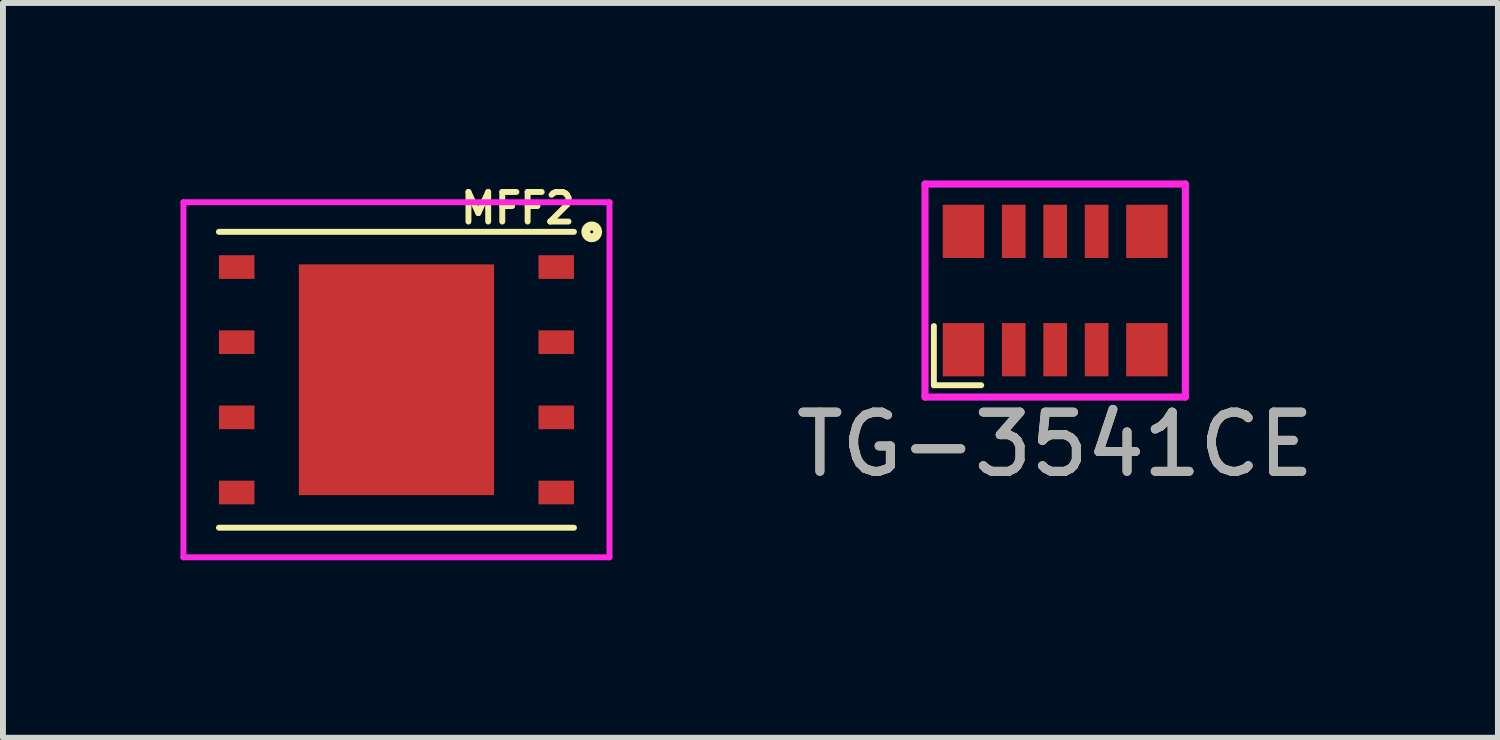
<source format=kicad_pcb>
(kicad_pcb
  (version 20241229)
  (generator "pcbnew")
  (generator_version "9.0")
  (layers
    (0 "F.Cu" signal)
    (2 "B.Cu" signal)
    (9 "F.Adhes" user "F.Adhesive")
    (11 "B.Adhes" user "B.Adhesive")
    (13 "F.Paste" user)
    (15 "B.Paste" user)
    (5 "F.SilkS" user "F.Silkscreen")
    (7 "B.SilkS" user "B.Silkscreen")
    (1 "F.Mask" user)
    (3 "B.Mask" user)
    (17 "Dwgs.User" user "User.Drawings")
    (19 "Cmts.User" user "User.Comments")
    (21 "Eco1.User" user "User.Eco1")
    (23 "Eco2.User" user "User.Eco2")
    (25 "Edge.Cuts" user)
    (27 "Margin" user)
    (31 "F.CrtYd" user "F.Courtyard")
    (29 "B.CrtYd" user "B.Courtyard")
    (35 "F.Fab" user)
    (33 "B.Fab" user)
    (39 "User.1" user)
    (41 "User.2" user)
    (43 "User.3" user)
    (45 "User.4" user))
  (footprint "MFF2"
    (layer "F.Cu")
    (at 3.65 3.368)
    (property "Reference" "MFF2" (at 2.05 -2.9 0) (layer "F.SilkS") (effects (font (size 0.5 0.5) (thickness 0.1))))
    (attr through_hole)
    (fp_line (start -3 -2.5) (end 3 -2.5) (stroke (width 0.1) (type solid)) (layer "F.SilkS"))
    (fp_line (start 3 2.5) (end -3 2.5) (stroke (width 0.1) (type solid)) (layer "F.SilkS"))
    (fp_circle (center 3.3 -2.5) (end 3.3 -2.4) (stroke (width 0.15) (type solid)) (fill no) (layer "F.SilkS"))
    (fp_line (start -3.6 -3) (end 3.6 -3) (stroke (width 0.1) (type solid)) (layer "F.CrtYd"))
    (fp_line (start -3.6 3) (end -3.6 -3) (stroke (width 0.1) (type solid)) (layer "F.CrtYd"))
    (fp_line (start 3.6 -3) (end 3.6 3) (stroke (width 0.1) (type solid)) (layer "F.CrtYd"))
    (fp_line (start 3.6 3) (end -3.6 3) (stroke (width 0.1) (type solid)) (layer "F.CrtYd"))
    (pad "" smd rect (at 0 0) (size 3.3 3.9) (layers "F.Cu" "F.Mask" "F.Paste"))
    (pad "1" smd rect (at 2.7 1.905) (size 0.6 0.4) (layers "F.Cu" "F.Mask" "F.Paste"))
    (pad "2" smd rect (at 2.7 0.635) (size 0.6 0.4) (layers "F.Cu" "F.Mask" "F.Paste"))
    (pad "3" smd rect (at 2.7 -0.635) (size 0.6 0.4) (layers "F.Cu" "F.Mask" "F.Paste"))
    (pad "4" smd rect (at 2.7 -1.905) (size 0.6 0.4) (layers "F.Cu" "F.Mask" "F.Paste"))
    (pad "5" smd rect (at -2.7 -1.905) (size 0.6 0.4) (layers "F.Cu" "F.Mask" "F.Paste"))
    (pad "6" smd rect (at -2.7 -0.635) (size 0.6 0.4) (layers "F.Cu" "F.Mask" "F.Paste"))
    (pad "7" smd rect (at -2.7 0.635) (size 0.6 0.4) (layers "F.Cu" "F.Mask" "F.Paste"))
    (pad "8" smd rect (at -2.7 1.905) (size 0.6 0.4) (layers "F.Cu" "F.Mask" "F.Paste")))
  (footprint "TG-3541CE"
    (layer "F.Cu")
    (at 14.782 1.86)
    (property "Reference" "TG-3541CE" (at 0 2.6 0) (layer "F.SilkS") (effects (font (size 1 1) (thickness 0.15))))
    (attr smd)
    (fp_line (start -2.05 0.6) (end -2.05 1.6) (stroke (width 0.1) (type solid)) (layer "F.SilkS"))
    (fp_line (start -2.05 1.6) (end -1.25 1.6) (stroke (width 0.1) (type solid)) (layer "F.SilkS"))
    (fp_line (start -2.2 -1.8) (end -2.2 1.8) (stroke (width 0.12) (type solid)) (layer "F.CrtYd"))
    (fp_line (start -2.2 1.8) (end 2.2 1.8) (stroke (width 0.12) (type solid)) (layer "F.CrtYd"))
    (fp_line (start 2.2 -1.8) (end -2.2 -1.8) (stroke (width 0.12) (type solid)) (layer "F.CrtYd"))
    (fp_line (start 2.2 1.8) (end 2.2 -1.8) (stroke (width 0.12) (type solid)) (layer "F.CrtYd"))
    (fp_text user "${REFERENCE}" (at 0 2.6 0) (layer "F.Fab") (effects (font (size 1 1) (thickness 0.15))))
    (pad "1" smd rect (at -1.55 1) (size 0.7 0.9) (layers "F.Cu" "F.Mask" "F.Paste"))
    (pad "2" smd rect (at -0.7 1) (size 0.4 0.9) (layers "F.Cu" "F.Mask" "F.Paste"))
    (pad "3" smd rect (at 0 1) (size 0.4 0.9) (layers "F.Cu" "F.Mask" "F.Paste"))
    (pad "4" smd rect (at 0.7 1) (size 0.4 0.9) (layers "F.Cu" "F.Mask" "F.Paste"))
    (pad "5" smd rect (at 1.55 1) (size 0.7 0.9) (layers "F.Cu" "F.Mask" "F.Paste"))
    (pad "6" smd rect (at -1.55 -1) (size 0.7 0.9) (layers "F.Cu" "F.Mask" "F.Paste"))
    (pad "7" smd rect (at -0.7 -1) (size 0.4 0.9) (layers "F.Cu" "F.Mask" "F.Paste"))
    (pad "8" smd rect (at 0 -1) (size 0.4 0.9) (layers "F.Cu" "F.Mask" "F.Paste"))
    (pad "9" smd rect (at 0.7 -1) (size 0.4 0.9) (layers "F.Cu" "F.Mask" "F.Paste"))
    (pad "10" smd rect (at 1.55 -1) (size 0.7 0.9) (layers "F.Cu" "F.Mask" "F.Paste")))
  (gr_rect
    (start -3 -3)
    (end 22.264 9.418)
    (stroke (width 0.1) (type default))
    (fill no)
    (layer "Edge.Cuts")))
</source>
